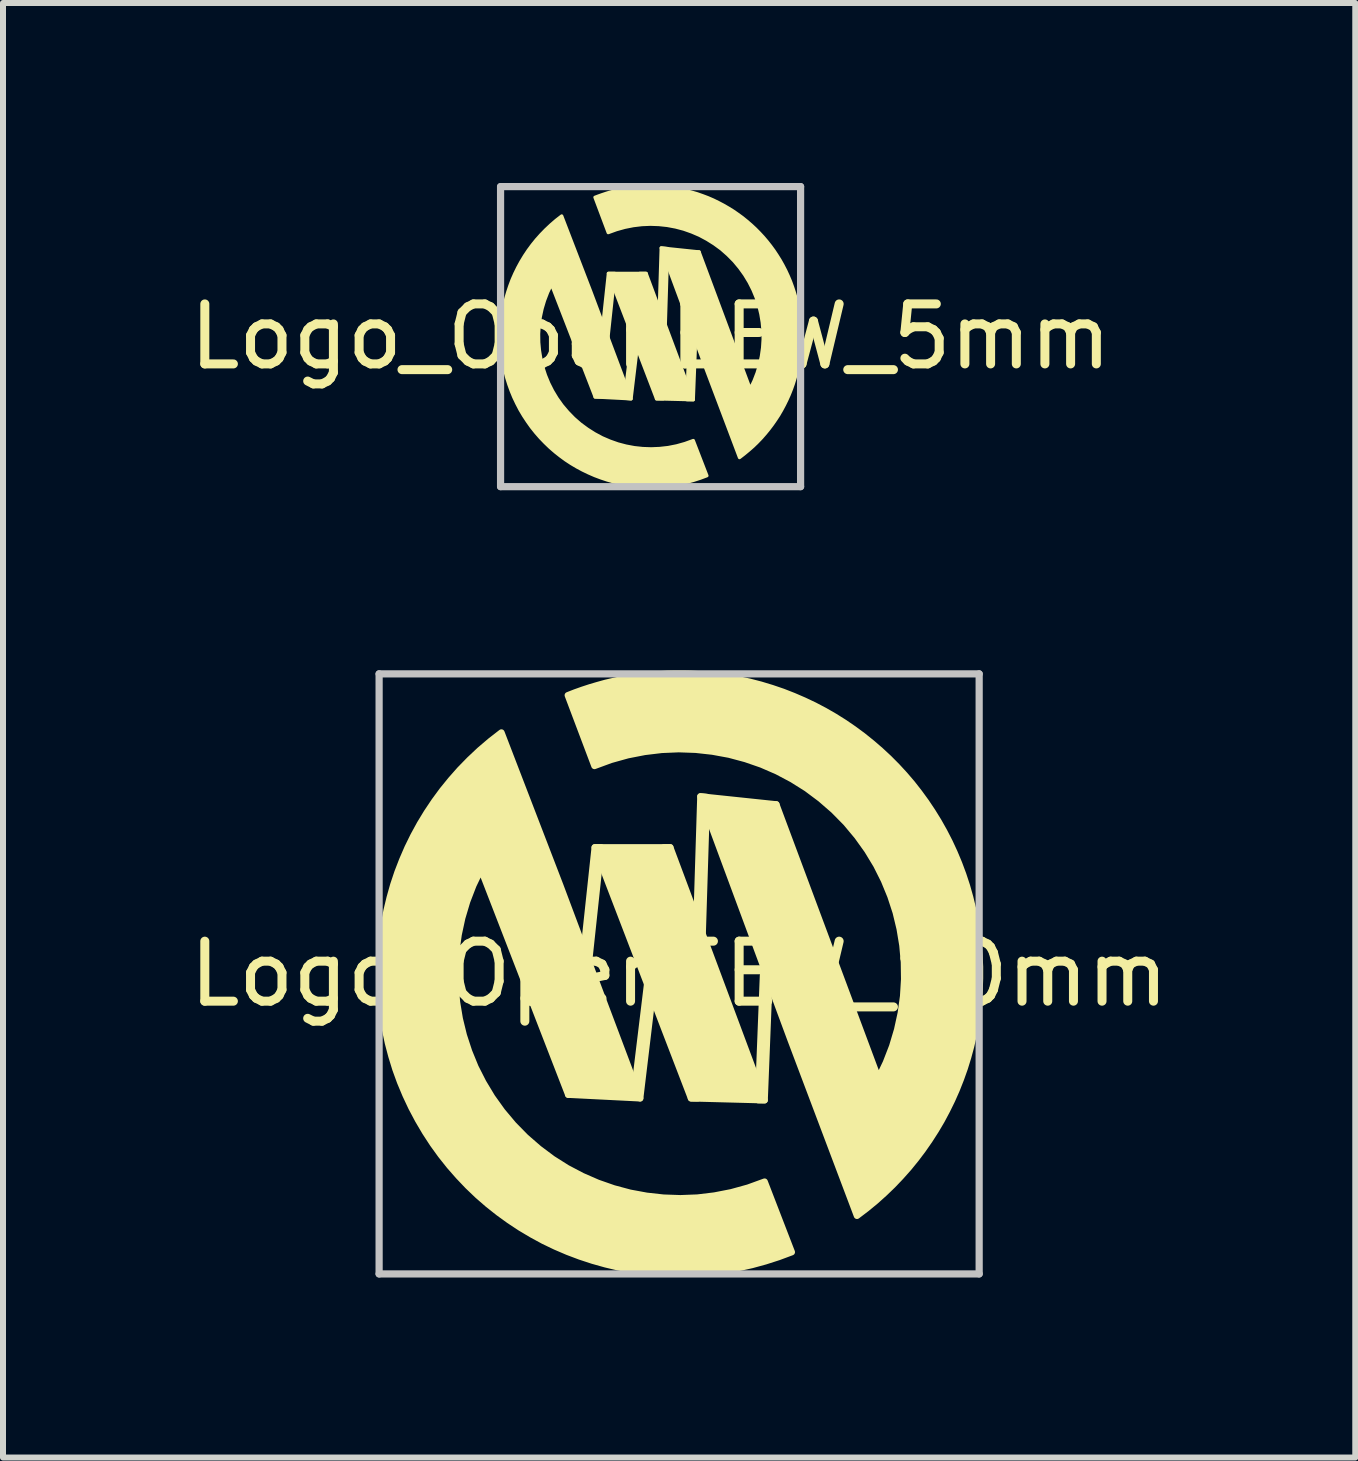
<source format=kicad_pcb>
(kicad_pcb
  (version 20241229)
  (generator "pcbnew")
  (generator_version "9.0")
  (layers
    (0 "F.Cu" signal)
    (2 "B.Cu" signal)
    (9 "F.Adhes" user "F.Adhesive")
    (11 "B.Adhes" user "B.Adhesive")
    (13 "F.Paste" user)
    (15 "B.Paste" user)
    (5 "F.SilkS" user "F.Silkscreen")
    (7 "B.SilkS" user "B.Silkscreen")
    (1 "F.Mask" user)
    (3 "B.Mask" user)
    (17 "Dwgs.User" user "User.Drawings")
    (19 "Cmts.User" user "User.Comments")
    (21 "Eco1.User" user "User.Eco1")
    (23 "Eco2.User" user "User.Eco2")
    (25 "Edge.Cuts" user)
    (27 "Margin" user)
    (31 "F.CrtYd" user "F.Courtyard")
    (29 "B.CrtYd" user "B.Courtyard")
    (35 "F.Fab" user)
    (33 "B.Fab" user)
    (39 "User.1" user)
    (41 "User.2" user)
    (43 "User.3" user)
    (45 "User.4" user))
  (footprint "Logo_OpenEEW_5mm"
    (layer "F.Cu")
    (at 7.792 2.56)
    (property "Reference" "Logo_OpenEEW_5mm" (at 0 0 0) (layer "F.SilkS") (effects (font (size 1 1) (thickness 0.15))))
    (attr through_hole)
    (fp_poly (pts (xy -0.816 1.006) (xy -0.924 1.006) (xy -0.703 -1.054) (xy -0.595 -1.054)) (stroke (width 0.054) (type solid)) (fill yes) (layer "F.SilkS"))
    (fp_poly (pts (xy -0.325 1.037) (xy -0.433 1.027) (xy -0.182 -1.054) (xy -0.074 -1.054)) (stroke (width 0.054) (type solid)) (fill yes) (layer "F.SilkS"))
    (fp_poly (pts (xy 0.285 -1.468) (xy 0.207 1.037) (xy 0.099 1.037) (xy 0.177 -1.478)) (stroke (width 0.054) (type solid)) (fill yes) (layer "F.SilkS"))
    (fp_poly (pts (xy 0.712 1.052) (xy 0.604 1.051) (xy 0.701 -1.412) (xy 0.809 -1.412)) (stroke (width 0.054) (type solid)) (fill yes) (layer "F.SilkS"))
    (fp_poly (pts (xy 0.712 1.052) (xy 0.099 1.037) (xy -0.112 0.486) (xy -0.423 -0.324) (xy -0.703 -1.054) (xy -0.074 -1.054) (xy 0.198 -0.324) (xy 0.712 1.052)) (stroke (width 0.054) (type solid)) (fill yes) (layer "F.SilkS"))
    (fp_poly (pts (xy 0.712 1.731) (xy 0.574 1.781) (xy 0.435 1.82) (xy 0.294 1.848) (xy 0.152 1.864) (xy 0.011 1.87) (xy -0.131 1.865) (xy -0.271 1.85) (xy -0.409 1.824) (xy -0.545 1.788) (xy -0.678 1.741) (xy -0.808 1.685) (xy -0.933 1.618) (xy -1.053 1.542) (xy -1.169 1.457) (xy -1.278 1.362) (xy -1.38 1.257) (xy -1.475 1.145) (xy -1.559 1.027) (xy -1.633 0.904) (xy -1.697 0.777) (xy -1.751 0.646) (xy -1.795 0.512) (xy -1.828 0.375) (xy -1.851 0.236) (xy -1.864 0.096) (xy -1.866 -0.045) (xy -1.857 -0.186) (xy -1.838 -0.327) (xy -1.808 -0.466) (xy -1.767 -0.603) (xy -1.715 -0.739) (xy -1.652 -0.871) (xy -0.924 1.006) (xy -0.92 1.006) (xy -0.325 1.037) (xy -0.63 0.226) (xy -0.992 -0.74) (xy -1.481 -2.011) (xy -1.574 -1.939) (xy -1.662 -1.863) (xy -1.746 -1.784) (xy -1.826 -1.702) (xy -1.902 -1.617) (xy -1.973 -1.529) (xy -2.04 -1.438) (xy -2.102 -1.345) (xy -2.16 -1.249) (xy -2.213 -1.152) (xy -2.262 -1.052) (xy -2.307 -0.95) (xy -2.346 -0.846) (xy -2.381 -0.741) (xy -2.412 -0.635) (xy -2.437 -0.528) (xy -2.458 -0.419) (xy -2.474 -0.31) (xy -2.485 -0.2) (xy -2.492 -0.089) (xy -2.493 0.022) (xy -2.49 0.133) (xy -2.481 0.244) (xy -2.468 0.355) (xy -2.449 0.466) (xy -2.426 0.576) (xy -2.397 0.686) (xy -2.363 0.794) (xy -2.324 0.902) (xy -2.28 1.009) (xy -2.23 1.114) (xy -2.176 1.218) (xy -2.116 1.319) (xy -2.052 1.416) (xy -1.985 1.51) (xy -1.914 1.599) (xy -1.839 1.685) (xy -1.76 1.767) (xy -1.679 1.845) (xy -1.594 1.919) (xy -1.507 1.988) (xy -1.417 2.054) (xy -1.324 2.115) (xy -1.228 2.172) (xy -1.131 2.224) (xy -1.031 2.272) (xy -0.93 2.316) (xy -0.826 2.355) (xy -0.721 2.39) (xy -0.615 2.42) (xy -0.507 2.445) (xy -0.398 2.465) (xy -0.288 2.481) (xy -0.177 2.492) (xy -0.066 2.497) (xy 0.046 2.498) (xy 0.158 2.494) (xy 0.27 2.485) (xy 0.383 2.47) (xy 0.495 2.451) (xy 0.607 2.426) (xy 0.718 2.395) (xy 0.829 2.359) (xy 0.939 2.318) (xy 0.712 1.731)) (stroke (width 0.054) (type solid)) (fill yes) (layer "F.SilkS"))
    (fp_poly (pts (xy 0.1 -2.5) (xy 0.034 -2.502) (xy -0.032 -2.502) (xy -0.097 -2.5) (xy -0.163 -2.496) (xy -0.228 -2.491) (xy -0.293 -2.484) (xy -0.358 -2.475) (xy -0.423 -2.465) (xy -0.487 -2.453) (xy -0.552 -2.439) (xy -0.615 -2.424) (xy -0.679 -2.407) (xy -0.741 -2.388) (xy -0.804 -2.367) (xy -0.866 -2.345) (xy -0.927 -2.322) (xy -0.706 -1.733) (xy -0.568 -1.783) (xy -0.428 -1.822) (xy -0.287 -1.85) (xy -0.145 -1.867) (xy -0.003 -1.873) (xy 0.138 -1.868) (xy 0.278 -1.853) (xy 0.417 -1.827) (xy 0.553 -1.791) (xy 0.686 -1.744) (xy 0.816 -1.688) (xy 0.941 -1.621) (xy 1.062 -1.545) (xy 1.178 -1.46) (xy 1.287 -1.364) (xy 1.39 -1.26) (xy 1.484 -1.147) (xy 1.568 -1.03) (xy 1.643 -0.906) (xy 1.707 -0.779) (xy 1.761 -0.648) (xy 1.805 -0.513) (xy 1.838 -0.376) (xy 1.861 -0.237) (xy 1.874 -0.097) (xy 1.876 0.044) (xy 1.867 0.185) (xy 1.847 0.326) (xy 1.817 0.465) (xy 1.776 0.603) (xy 1.724 0.738) (xy 1.66 0.871) (xy 0.809 -1.412) (xy 0.177 -1.478) (xy 0.928 0.549) (xy 1.482 2.016) (xy 1.561 1.955) (xy 1.637 1.892) (xy 1.711 1.827) (xy 1.781 1.759) (xy 1.848 1.689) (xy 1.912 1.616) (xy 1.973 1.541) (xy 2.031 1.464) (xy 2.086 1.385) (xy 2.138 1.305) (xy 2.186 1.222) (xy 2.231 1.138) (xy 2.273 1.052) (xy 2.312 0.965) (xy 2.347 0.877) (xy 2.379 0.787) (xy 2.407 0.696) (xy 2.432 0.604) (xy 2.453 0.512) (xy 2.471 0.418) (xy 2.486 0.324) (xy 2.496 0.229) (xy 2.503 0.133) (xy 2.507 0.037) (xy 2.506 -0.059) (xy 2.502 -0.156) (xy 2.494 -0.252) (xy 2.483 -0.349) (xy 2.467 -0.446) (xy 2.448 -0.542) (xy 2.425 -0.638) (xy 2.397 -0.734) (xy 2.366 -0.828) (xy 2.332 -0.921) (xy 2.294 -1.011) (xy 2.253 -1.1) (xy 2.208 -1.187) (xy 2.161 -1.271) (xy 2.11 -1.353) (xy 2.057 -1.433) (xy 2 -1.511) (xy 1.941 -1.586) (xy 1.879 -1.659) (xy 1.814 -1.729) (xy 1.747 -1.797) (xy 1.677 -1.862) (xy 1.605 -1.924) (xy 1.531 -1.984) (xy 1.454 -2.04) (xy 1.376 -2.094) (xy 1.295 -2.144) (xy 1.212 -2.192) (xy 1.128 -2.236) (xy 1.042 -2.278) (xy 0.954 -2.316) (xy 0.864 -2.35) (xy 0.773 -2.382) (xy 0.68 -2.409) (xy 0.587 -2.434) (xy 0.491 -2.454) (xy 0.395 -2.471) (xy 0.298 -2.485) (xy 0.199 -2.494) (xy 0.1 -2.5)) (stroke (width 0.054) (type solid)) (fill yes) (layer "F.SilkS"))
    (fp_line (start -2.5 -2.5) (end 2.5 -2.5) (stroke (width 0.12) (type solid)) (layer "Dwgs.User"))
    (fp_line (start -2.5 2.5) (end -2.5 -2.5) (stroke (width 0.12) (type solid)) (layer "Dwgs.User"))
    (fp_line (start 2.5 -2.5) (end 2.5 2.5) (stroke (width 0.12) (type solid)) (layer "Dwgs.User"))
    (fp_line (start 2.5 2.5) (end -2.5 2.5) (stroke (width 0.12) (type solid)) (layer "Dwgs.User")))
  (footprint "Logo_OpenEEW_10mm"
    (layer "F.Cu")
    (at 8.268 13.18)
    (property "Reference" "Logo_OpenEEW_10mm" (at 0 0 0) (layer "F.SilkS") (effects (font (size 1 1) (thickness 0.15))))
    (attr through_hole)
    (fp_poly (pts (xy -1.74 2.013) (xy -1.848 2.013) (xy -1.406 -2.108) (xy -1.298 -2.108)) (stroke (width 0.108) (type solid)) (fill yes) (layer "F.SilkS"))
    (fp_poly (pts (xy -0.65 2.073) (xy -0.758 2.023) (xy -0.256 -2.108) (xy -0.148 -2.108)) (stroke (width 0.108) (type solid)) (fill yes) (layer "F.SilkS"))
    (fp_poly (pts (xy 0.463 -2.947) (xy 0.306 2.073) (xy 0.198 2.073) (xy 0.355 -2.957)) (stroke (width 0.108) (type solid)) (fill yes) (layer "F.SilkS"))
    (fp_poly (pts (xy 1.424 2.105) (xy 1.316 2.104) (xy 1.511 -2.824) (xy 1.619 -2.824)) (stroke (width 0.108) (type solid)) (fill yes) (layer "F.SilkS"))
    (fp_poly (pts (xy 1.424 2.105) (xy 0.198 2.073) (xy -0.225 0.972) (xy -0.846 -0.649) (xy -1.406 -2.108) (xy -0.148 -2.108) (xy 0.397 -0.649) (xy 1.424 2.105)) (stroke (width 0.108) (type solid)) (fill yes) (layer "F.SilkS"))
    (fp_poly (pts (xy 1.424 3.463) (xy 1.149 3.563) (xy 0.87 3.64) (xy 0.588 3.695) (xy 0.305 3.729) (xy 0.021 3.74) (xy -0.261 3.73) (xy -0.541 3.699) (xy -0.818 3.648) (xy -1.09 3.575) (xy -1.356 3.482) (xy -1.615 3.369) (xy -1.866 3.237) (xy -2.107 3.085) (xy -2.337 2.913) (xy -2.556 2.723) (xy -2.761 2.514) (xy -2.949 2.29) (xy -3.118 2.054) (xy -3.266 1.808) (xy -3.395 1.554) (xy -3.502 1.292) (xy -3.59 1.023) (xy -3.657 0.749) (xy -3.703 0.472) (xy -3.728 0.191) (xy -3.732 -0.09) (xy -3.715 -0.372) (xy -3.676 -0.653) (xy -3.616 -0.932) (xy -3.534 -1.207) (xy -3.43 -1.477) (xy -3.303 -1.742) (xy -1.848 2.013) (xy -1.839 2.013) (xy -0.65 2.073) (xy -1.26 0.452) (xy -1.984 -1.48) (xy -2.962 -4.022) (xy -3.147 -3.878) (xy -3.324 -3.727) (xy -3.492 -3.569) (xy -3.652 -3.405) (xy -3.803 -3.234) (xy -3.946 -3.058) (xy -4.079 -2.877) (xy -4.204 -2.69) (xy -4.32 -2.499) (xy -4.427 -2.303) (xy -4.525 -2.103) (xy -4.613 -1.9) (xy -4.693 -1.693) (xy -4.763 -1.483) (xy -4.823 -1.27) (xy -4.875 -1.055) (xy -4.916 -0.838) (xy -4.948 -0.619) (xy -4.971 -0.399) (xy -4.984 -0.178) (xy -4.987 0.044) (xy -4.98 0.266) (xy -4.963 0.489) (xy -4.936 0.711) (xy -4.899 0.932) (xy -4.852 1.152) (xy -4.794 1.371) (xy -4.727 1.589) (xy -4.649 1.804) (xy -4.56 2.017) (xy -4.461 2.228) (xy -4.351 2.435) (xy -4.232 2.637) (xy -4.105 2.832) (xy -3.97 3.019) (xy -3.827 3.199) (xy -3.677 3.37) (xy -3.521 3.534) (xy -3.358 3.69) (xy -3.189 3.837) (xy -3.014 3.976) (xy -2.833 4.107) (xy -2.647 4.23) (xy -2.457 4.343) (xy -2.262 4.449) (xy -2.062 4.545) (xy -1.859 4.632) (xy -1.652 4.71) (xy -1.442 4.779) (xy -1.229 4.839) (xy -1.014 4.89) (xy -0.796 4.931) (xy -0.576 4.962) (xy -0.355 4.983) (xy -0.132 4.995) (xy 0.092 4.997) (xy 0.316 4.988) (xy 0.541 4.969) (xy 0.765 4.94) (xy 0.99 4.901) (xy 1.213 4.851) (xy 1.436 4.79) (xy 1.657 4.719) (xy 1.877 4.637) (xy 1.424 3.463)) (stroke (width 0.108) (type solid)) (fill yes) (layer "F.SilkS"))
    (fp_poly (pts (xy 0.2 -5) (xy 0.068 -5.003) (xy -0.063 -5.003) (xy -0.195 -5) (xy -0.326 -4.992) (xy -0.456 -4.982) (xy -0.587 -4.968) (xy -0.717 -4.951) (xy -0.846 -4.93) (xy -0.975 -4.906) (xy -1.103 -4.878) (xy -1.231 -4.848) (xy -1.357 -4.813) (xy -1.483 -4.776) (xy -1.608 -4.735) (xy -1.732 -4.691) (xy -1.855 -4.643) (xy -1.411 -3.466) (xy -1.136 -3.567) (xy -0.856 -3.645) (xy -0.574 -3.7) (xy -0.291 -3.734) (xy -0.007 -3.746) (xy 0.276 -3.736) (xy 0.556 -3.705) (xy 0.834 -3.654) (xy 1.106 -3.581) (xy 1.372 -3.489) (xy 1.632 -3.376) (xy 1.883 -3.243) (xy 2.125 -3.091) (xy 2.355 -2.919) (xy 2.574 -2.729) (xy 2.78 -2.52) (xy 2.968 -2.295) (xy 3.137 -2.059) (xy 3.286 -1.813) (xy 3.414 -1.558) (xy 3.522 -1.295) (xy 3.61 -1.026) (xy 3.676 -0.752) (xy 3.722 -0.474) (xy 3.747 -0.194) (xy 3.751 0.088) (xy 3.734 0.371) (xy 3.695 0.652) (xy 3.634 0.931) (xy 3.552 1.206) (xy 3.447 1.477) (xy 3.321 1.742) (xy 1.619 -2.824) (xy 0.355 -2.957) (xy 1.857 1.097) (xy 2.964 4.031) (xy 3.122 3.911) (xy 3.275 3.785) (xy 3.421 3.654) (xy 3.562 3.518) (xy 3.696 3.377) (xy 3.825 3.232) (xy 3.947 3.082) (xy 4.063 2.928) (xy 4.172 2.771) (xy 4.276 2.609) (xy 4.373 2.445) (xy 4.463 2.276) (xy 4.547 2.105) (xy 4.624 1.931) (xy 4.694 1.754) (xy 4.758 1.574) (xy 4.814 1.393) (xy 4.864 1.209) (xy 4.907 1.023) (xy 4.942 0.836) (xy 4.971 0.647) (xy 4.992 0.457) (xy 5.007 0.266) (xy 5.013 0.074) (xy 5.013 -0.118) (xy 5.004 -0.311) (xy 4.989 -0.505) (xy 4.965 -0.698) (xy 4.934 -0.891) (xy 4.896 -1.084) (xy 4.849 -1.276) (xy 4.795 -1.467) (xy 4.733 -1.656) (xy 4.664 -1.841) (xy 4.588 -2.023) (xy 4.506 -2.2) (xy 4.417 -2.373) (xy 4.322 -2.542) (xy 4.22 -2.707) (xy 4.113 -2.867) (xy 4 -3.022) (xy 3.882 -3.173) (xy 3.758 -3.318) (xy 3.628 -3.459) (xy 3.494 -3.594) (xy 3.354 -3.724) (xy 3.21 -3.848) (xy 3.062 -3.967) (xy 2.909 -4.08) (xy 2.751 -4.188) (xy 2.59 -4.289) (xy 2.425 -4.384) (xy 2.256 -4.473) (xy 2.083 -4.555) (xy 1.907 -4.631) (xy 1.728 -4.701) (xy 1.546 -4.763) (xy 1.361 -4.819) (xy 1.173 -4.868) (xy 0.983 -4.909) (xy 0.79 -4.943) (xy 0.595 -4.97) (xy 0.399 -4.989) (xy 0.2 -5) (xy 0.2 -5)) (stroke (width 0.108) (type solid)) (fill yes) (layer "F.SilkS"))
    (fp_line (start -5 -5) (end 5 -5) (stroke (width 0.12) (type solid)) (layer "Dwgs.User"))
    (fp_line (start -5 5) (end -5 -5) (stroke (width 0.12) (type solid)) (layer "Dwgs.User"))
    (fp_line (start 5 -5) (end 5 5) (stroke (width 0.12) (type solid)) (layer "Dwgs.User"))
    (fp_line (start 5 5) (end -5 5) (stroke (width 0.12) (type solid)) (layer "Dwgs.User")))
  (gr_rect
    (start -3 -3)
    (end 19.536 21.24)
    (stroke (width 0.1) (type default))
    (fill no)
    (layer "Edge.Cuts")))
</source>
